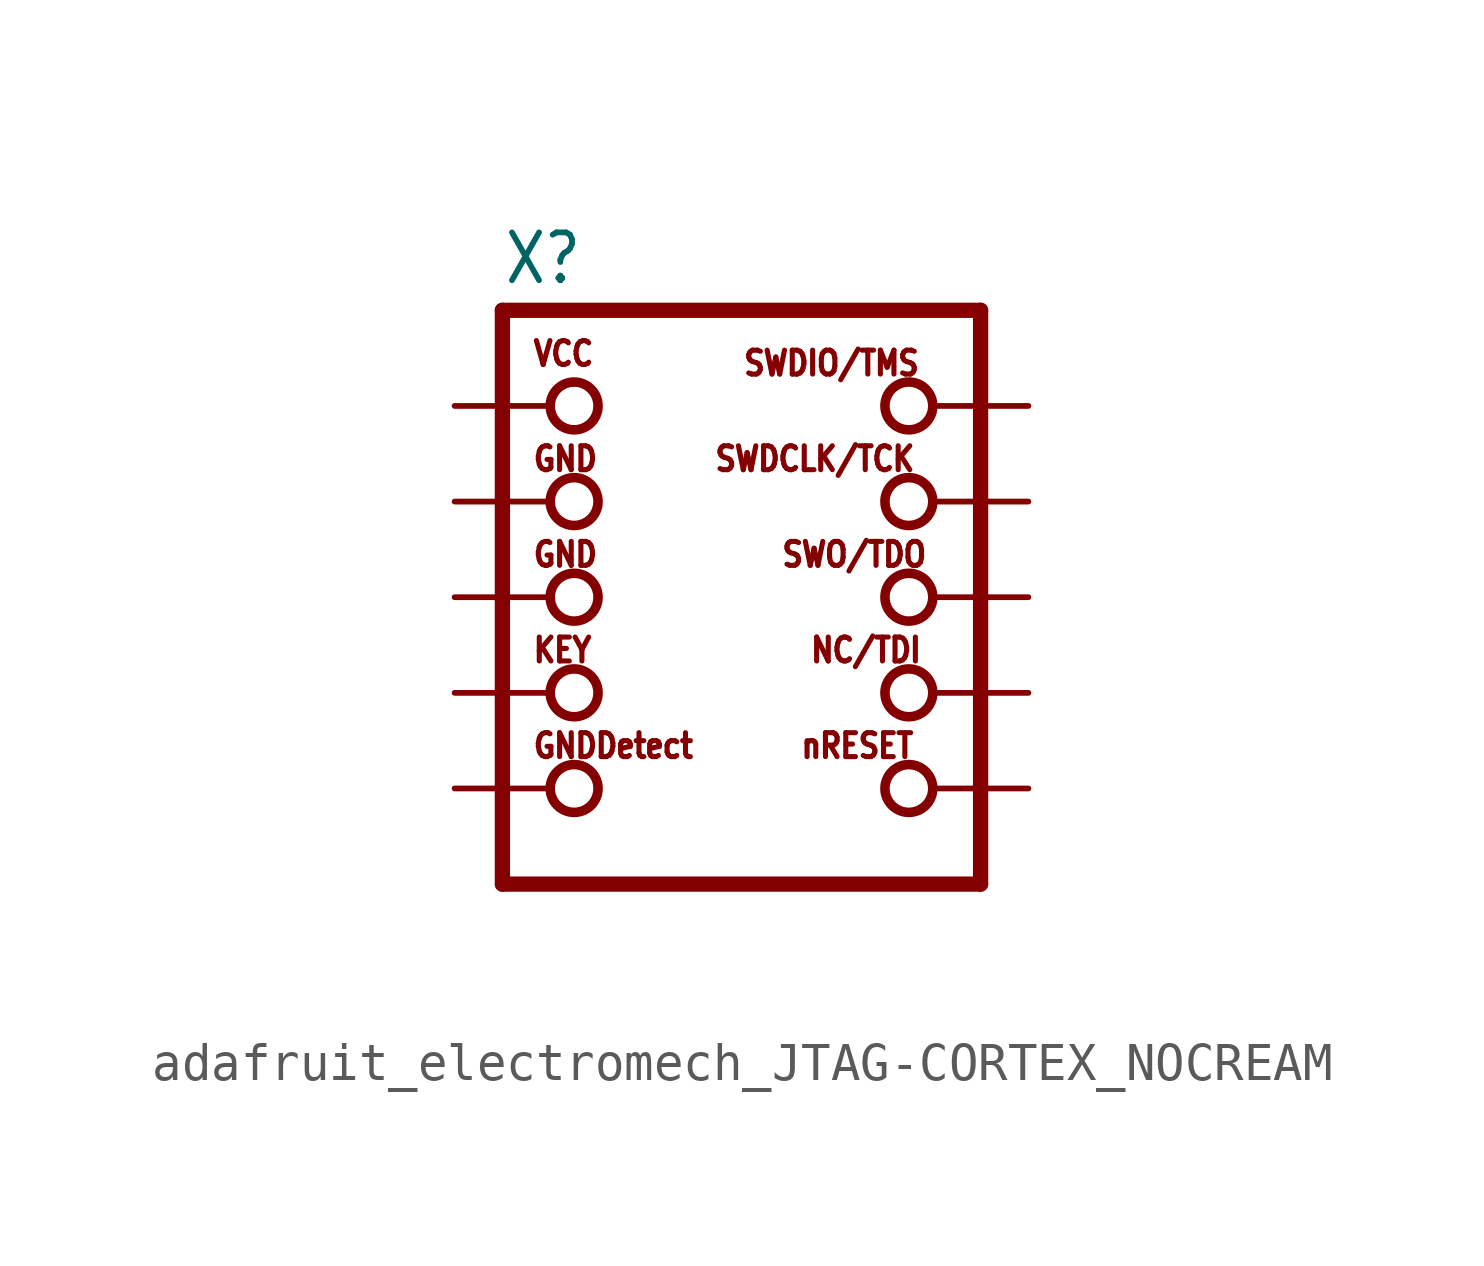
<source format=kicad_sym>
(kicad_symbol_lib
  (version 20241209)
  (generator "kicad_symbol_editor")
  (generator_version "9.0")
  (symbol "adafruit_electromech_JTAG-CORTEX_NOCREAM"
    (property "Reference" "X"
      (at -6.35 8.255 0)
      (effects (font (size 1.27 1.079)) (justify left bottom)))
    (property "Value" ""
      (at -6.35 -9.525 0)
      (effects (font (size 1.27 1.079)) (justify left bottom)))
    (property "ki_locked" ""
      (at 0 0 0)
      (effects (font (size 1.27 1.27))))
    (symbol "adafruit_electromech_JTAG-CORTEX_NOCREAM_1_0"
      (polyline (pts (xy -6.35 7.62) (xy -6.35 -7.62)) (stroke (width 0.406) (type solid)) (fill (type none)))
      (polyline (pts (xy -6.35 7.62) (xy 6.35 7.62)) (stroke (width 0.406) (type solid)) (fill (type none)))
      (circle (center -4.445 5.08) (radius 0.635) (stroke (width 0.254) (type solid)) (fill (type none)))
      (circle (center -4.445 2.54) (radius 0.635) (stroke (width 0.254) (type solid)) (fill (type none)))
      (circle (center -4.445 0) (radius 0.635) (stroke (width 0.254) (type solid)) (fill (type none)))
      (circle (center -4.445 -2.54) (radius 0.635) (stroke (width 0.254) (type solid)) (fill (type none)))
      (circle (center -4.445 -5.08) (radius 0.635) (stroke (width 0.254) (type solid)) (fill (type none)))
      (circle (center 4.445 5.08) (radius 0.635) (stroke (width 0.254) (type solid)) (fill (type none)))
      (circle (center 4.445 2.54) (radius 0.635) (stroke (width 0.254) (type solid)) (fill (type none)))
      (circle (center 4.445 0) (radius 0.635) (stroke (width 0.254) (type solid)) (fill (type none)))
      (circle (center 4.445 -2.54) (radius 0.635) (stroke (width 0.254) (type solid)) (fill (type none)))
      (circle (center 4.445 -5.08) (radius 0.635) (stroke (width 0.254) (type solid)) (fill (type none)))
      (polyline (pts (xy 6.35 -7.62) (xy -6.35 -7.62)) (stroke (width 0.406) (type solid)) (fill (type none)))
      (polyline (pts (xy 6.35 -7.62) (xy 6.35 7.62)) (stroke (width 0.406) (type solid)) (fill (type none)))
      (text "VCC" (at -5.588 6.096 0) (effects (font (size 0.635 0.54)) (justify left bottom)))
      (text "GND" (at -5.588 3.302 0) (effects (font (size 0.635 0.54)) (justify left bottom)))
      (text "GND" (at -5.588 0.762 0) (effects (font (size 0.635 0.54)) (justify left bottom)))
      (text "KEY" (at -5.588 -1.778 0) (effects (font (size 0.635 0.54)) (justify left bottom)))
      (text "GNDDetect" (at -5.588 -4.318 0) (effects (font (size 0.635 0.54)) (justify left bottom)))
      (text "SWDCLK/TCK" (at -0.762 3.302 0) (effects (font (size 0.635 0.54)) (justify left bottom)))
      (text "SWDIO/TMS" (at 0 5.842 0) (effects (font (size 0.635 0.54)) (justify left bottom)))
      (text "SWO/TDO" (at 1.016 0.762 0) (effects (font (size 0.635 0.54)) (justify left bottom)))
      (text "nRESET" (at 1.524 -4.318 0) (effects (font (size 0.635 0.54)) (justify left bottom)))
      (text "NC/TDI" (at 1.778 -1.778 0) (effects (font (size 0.635 0.54)) (justify left bottom)))
      (pin power_in line (at -7.62 5.08 0) (length 2.54) (name "VCC" (effects (font (size 0 0)))) (number "1" (effects (font (size 0 0)))))
      (pin power_in line (at -7.62 2.54 0) (length 2.54) (name "GND@1" (effects (font (size 0 0)))) (number "3" (effects (font (size 0 0)))))
      (pin power_in line (at -7.62 0 0) (length 2.54) (name "GND@2" (effects (font (size 0 0)))) (number "5" (effects (font (size 0 0)))))
      (pin bidirectional line (at -7.62 -2.54 0) (length 2.54) (name "KEY" (effects (font (size 0 0)))) (number "7" (effects (font (size 0 0)))))
      (pin bidirectional line (at -7.62 -5.08 0) (length 2.54) (name "GNDDETECT" (effects (font (size 0 0)))) (number "9" (effects (font (size 0 0)))))
      (pin bidirectional line (at 7.62 5.08 180) (length 2.54) (name "SWDIO" (effects (font (size 0 0)))) (number "2" (effects (font (size 0 0)))))
      (pin bidirectional line (at 7.62 2.54 180) (length 2.54) (name "SWDCLK" (effects (font (size 0 0)))) (number "4" (effects (font (size 0 0)))))
      (pin bidirectional line (at 7.62 0 180) (length 2.54) (name "SWO" (effects (font (size 0 0)))) (number "6" (effects (font (size 0 0)))))
      (pin bidirectional line (at 7.62 -2.54 180) (length 2.54) (name "TDI" (effects (font (size 0 0)))) (number "8" (effects (font (size 0 0)))))
      (pin bidirectional line (at 7.62 -5.08 180) (length 2.54) (name "NRESET" (effects (font (size 0 0)))) (number "10" (effects (font (size 0 0))))))))
</source>
